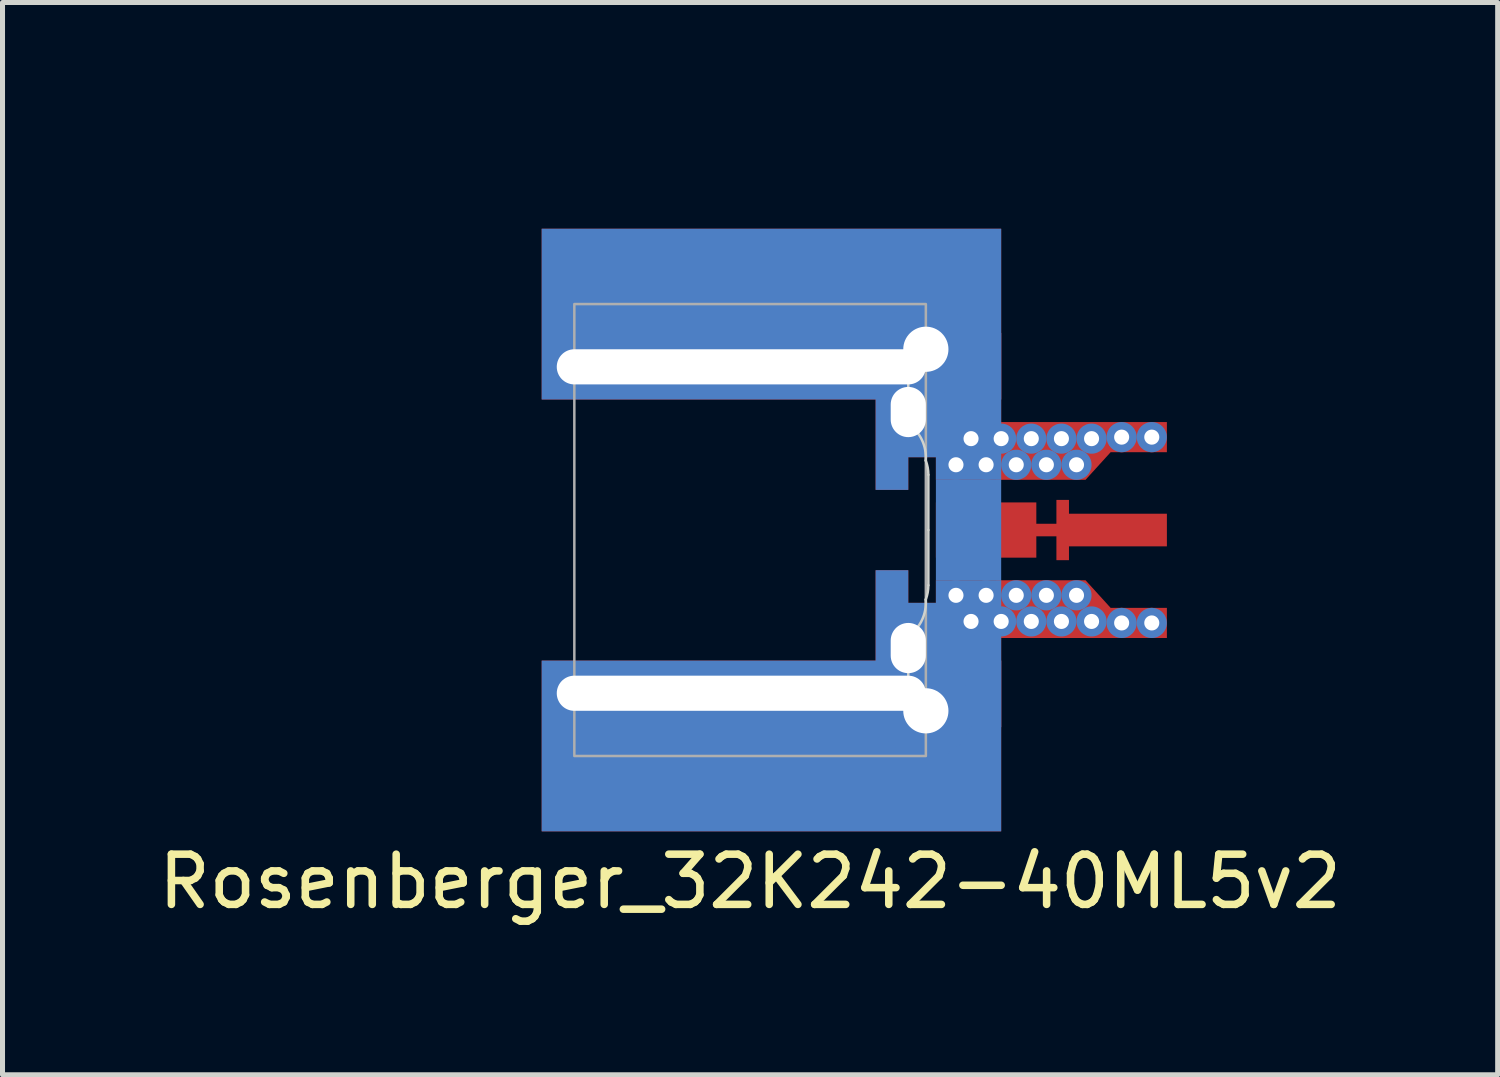
<source format=kicad_pcb>
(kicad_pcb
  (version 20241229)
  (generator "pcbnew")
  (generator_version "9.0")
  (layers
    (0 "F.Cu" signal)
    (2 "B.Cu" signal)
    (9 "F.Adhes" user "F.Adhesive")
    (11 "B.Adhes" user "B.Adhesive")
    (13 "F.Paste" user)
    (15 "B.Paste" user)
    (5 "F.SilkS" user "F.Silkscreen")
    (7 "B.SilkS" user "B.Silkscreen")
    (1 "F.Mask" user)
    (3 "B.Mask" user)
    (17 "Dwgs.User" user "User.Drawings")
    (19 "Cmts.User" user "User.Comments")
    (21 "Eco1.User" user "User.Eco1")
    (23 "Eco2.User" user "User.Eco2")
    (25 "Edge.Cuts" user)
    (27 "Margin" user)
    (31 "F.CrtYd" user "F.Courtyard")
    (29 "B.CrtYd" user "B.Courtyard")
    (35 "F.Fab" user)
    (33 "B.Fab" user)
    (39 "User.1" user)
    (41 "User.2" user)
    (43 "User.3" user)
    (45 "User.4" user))
  (footprint "Rosenberger_32K242-40ML5v2"
    (layer "F.Cu")
    (at 8.387 7.505)
    (property "Reference" "Rosenberger_32K242-40ML5v2" (at 3.5 7 0) (unlocked yes) (layer "F.SilkS") (effects (font (size 1 1) (thickness 0.15))))
    (attr through_hole allow_soldermask_bridges)
    (fp_poly (pts (xy 8.5 -1) (xy 7.3 -1) (xy 7.3 -1.65) (xy 6.1 -1.65) (xy 6.1 -2.7) (xy -0.65 -2.7) (xy -0.65 2.7) (xy 6.1 2.7) (xy 6.1 1.65) (xy 7.3 1.65) (xy 7.3 1) (xy 8.5 1) (xy 8.5 0.55) (xy 9.2 0.55) (xy 9.2 -0.55) (xy 8.5 -0.55)) (stroke (width 0) (type solid)) (fill yes) (layer "F.Mask"))
    (fp_poly (pts (xy 11.8 2.15) (xy 8.7 2.15) (xy 8.7 0.8) (xy 8.45 0.8) (xy 8.45 0.55) (xy 9.2 0.55) (xy 9.2 0.75) (xy 9.4 0.75) (xy 9.4 -0.75) (xy 9.2 -0.75) (xy 9.2 -0.55) (xy 8.45 -0.55) (xy 8.45 -0.8) (xy 8.7 -0.8) (xy 8.7 -2.15) (xy 11.8 -2.15)) (stroke (width 0) (type solid)) (fill yes) (layer "F.Mask"))
    (fp_rect (start 6 -1.55) (end 8.5 1.55) (stroke (width 0) (type solid)) (fill yes) (layer "B.Mask"))
    (fp_line (start 0 -3.25) (end 6.65 -3.25) (stroke (width 0.05) (type solid)) (layer "Edge.Cuts"))
    (fp_line (start 0 3.25) (end 6.65 3.25) (stroke (width 0.05) (type solid)) (layer "Edge.Cuts"))
    (fp_line (start 6.65 -3.25) (end 6.65 -2.111) (stroke (width 0.05) (type default)) (layer "Edge.Cuts"))
    (fp_line (start 6.65 3.25) (end 6.65 2.111) (stroke (width 0.05) (type default)) (layer "Edge.Cuts"))
    (fp_line (start 7.05 0) (end 7.05 -1.1) (stroke (width 0.05) (type solid)) (layer "Edge.Cuts"))
    (fp_line (start 7.05 0) (end 7.05 1.1) (stroke (width 0.05) (type solid)) (layer "Edge.Cuts"))
    (fp_arc (start 6.65 -2.111438) (mid 6.921662 -1.79526) (end 6.997383 -1.38534) (stroke (width 0.05) (type default)) (layer "Edge.Cuts"))
    (fp_arc (start 6.997382 1.38534) (mid 6.921661 1.79526) (end 6.649999 2.111438) (stroke (width 0.05) (type default)) (layer "Edge.Cuts"))
    (fp_arc (start 6.997383 -1.385341) (mid 7.036736 -1.245076) (end 7.05 -1.1) (stroke (width 0.05) (type solid)) (layer "Edge.Cuts"))
    (fp_arc (start 7.05 1.1) (mid 7.036736 1.245076) (end 6.997383 1.385341) (stroke (width 0.05) (type solid)) (layer "Edge.Cuts"))
    (fp_line (start 0 -3.5) (end 6.975 -3.5) (stroke (width 0.05) (type solid)) (layer "F.Fab"))
    (fp_line (start 0 3.5) (end 6.975 3.5) (stroke (width 0.05) (type solid)) (layer "F.Fab"))
    (fp_rect (start 0 4.5) (end 7 -4.5) (stroke (width 0.05) (type solid)) (fill no) (layer "F.Fab"))
    (fp_line (start 0 -6) (end 11.8 -6) (stroke (width 0.01) (type solid)) (layer "User.1"))
    (fp_line (start 0 -3.6) (end 0 -7.5) (stroke (width 0.01) (type solid)) (layer "User.1"))
    (fp_line (start 0 -3.6) (end 0 -3.58) (stroke (width 0.01) (type solid)) (layer "User.1"))
    (fp_line (start 0 -3.6) (end 6.55 -3.6) (stroke (width 0.01) (type solid)) (layer "User.1"))
    (fp_line (start 0 -3.58) (end 6.57 -3.58) (stroke (width 0.01) (type solid)) (layer "User.1"))
    (fp_line (start 0 3.58) (end 6.57 3.58) (stroke (width 0.01) (type solid)) (layer "User.1"))
    (fp_line (start 0 3.6) (end 0 3.58) (stroke (width 0.01) (type solid)) (layer "User.1"))
    (fp_line (start 0 3.6) (end 0 7.5) (stroke (width 0.01) (type solid)) (layer "User.1"))
    (fp_line (start 0 3.6) (end 6.55 3.6) (stroke (width 0.01) (type solid)) (layer "User.1"))
    (fp_line (start 0 6) (end 11.8 6) (stroke (width 0.01) (type solid)) (layer "User.1"))
    (fp_line (start 6.55 -3.6) (end 0 -3.6) (stroke (width 0.01) (type solid)) (layer "User.1"))
    (fp_line (start 6.55 3.6) (end 0 3.6) (stroke (width 0.01) (type solid)) (layer "User.1"))
    (fp_line (start 6.98 -3.17) (end 6.98 -1.628) (stroke (width 0.01) (type solid)) (layer "User.1"))
    (fp_line (start 6.98 3.17) (end 6.98 1.628) (stroke (width 0.01) (type solid)) (layer "User.1"))
    (fp_line (start 7 -3.15) (end 7 -1.45) (stroke (width 0.01) (type solid)) (layer "User.1"))
    (fp_line (start 7 -1.45) (end 7 -3.15) (stroke (width 0.01) (type solid)) (layer "User.1"))
    (fp_line (start 7 -1.45) (end 7.2 -1.45) (stroke (width 0.01) (type solid)) (layer "User.1"))
    (fp_line (start 7 1.45) (end 7 3.15) (stroke (width 0.01) (type solid)) (layer "User.1"))
    (fp_line (start 7 1.45) (end 7.2 1.45) (stroke (width 0.01) (type solid)) (layer "User.1"))
    (fp_line (start 7 3.15) (end 7 1.45) (stroke (width 0.01) (type solid)) (layer "User.1"))
    (fp_line (start 7.2 -1.45) (end 7.2 -1) (stroke (width 0.01) (type solid)) (layer "User.1"))
    (fp_line (start 7.2 -1) (end 10.18 -1) (stroke (width 0.01) (type solid)) (layer "User.1"))
    (fp_line (start 7.2 -0.55) (end 9.2 -0.55) (stroke (width 0.01) (type solid)) (layer "User.1"))
    (fp_line (start 7.2 0.55) (end 7.2 -0.55) (stroke (width 0.01) (type solid)) (layer "User.1"))
    (fp_line (start 7.2 1) (end 10.18 1) (stroke (width 0.01) (type solid)) (layer "User.1"))
    (fp_line (start 7.2 1.45) (end 7.2 1) (stroke (width 0.01) (type solid)) (layer "User.1"))
    (fp_line (start 9.2 -0.55) (end 9.2 -0.125) (stroke (width 0.01) (type solid)) (layer "User.1"))
    (fp_line (start 9.2 -0.125) (end 9.6 -0.125) (stroke (width 0.01) (type solid)) (layer "User.1"))
    (fp_line (start 9.2 0.125) (end 9.2 0.55) (stroke (width 0.01) (type solid)) (layer "User.1"))
    (fp_line (start 9.2 0.55) (end 7.2 0.55) (stroke (width 0.01) (type solid)) (layer "User.1"))
    (fp_line (start 9.6 -0.6) (end 9.85 -0.6) (stroke (width 0.01) (type solid)) (layer "User.1"))
    (fp_line (start 9.6 -0.125) (end 9.6 -0.6) (stroke (width 0.01) (type solid)) (layer "User.1"))
    (fp_line (start 9.6 0.125) (end 9.2 0.125) (stroke (width 0.01) (type solid)) (layer "User.1"))
    (fp_line (start 9.6 0.6) (end 9.6 0.125) (stroke (width 0.01) (type solid)) (layer "User.1"))
    (fp_line (start 9.6 0.6) (end 9.85 0.6) (stroke (width 0.01) (type solid)) (layer "User.1"))
    (fp_line (start 9.85 -0.6) (end 9.85 -0.325) (stroke (width 0.01) (type solid)) (layer "User.1"))
    (fp_line (start 9.85 -0.325) (end 11.8 -0.325) (stroke (width 0.01) (type solid)) (layer "User.1"))
    (fp_line (start 9.85 0.325) (end 11.8 0.325) (stroke (width 0.01) (type solid)) (layer "User.1"))
    (fp_line (start 9.85 0.6) (end 9.85 0.325) (stroke (width 0.01) (type solid)) (layer "User.1"))
    (fp_line (start 10.18 -1) (end 10.68 -1.55) (stroke (width 0.01) (type solid)) (layer "User.1"))
    (fp_line (start 10.18 1) (end 10.68 1.55) (stroke (width 0.01) (type solid)) (layer "User.1"))
    (fp_line (start 10.68 -1.55) (end 11.8 -1.55) (stroke (width 0.01) (type solid)) (layer "User.1"))
    (fp_line (start 10.68 1.55) (end 11.8 1.55) (stroke (width 0.01) (type solid)) (layer "User.1"))
    (fp_line (start 11.8 -1.55) (end 11.8 -6) (stroke (width 0.01) (type solid)) (layer "User.1"))
    (fp_line (start 11.8 -0.325) (end 11.8 0.325) (stroke (width 0.01) (type solid)) (layer "User.1"))
    (fp_line (start 11.8 1.55) (end 11.8 6) (stroke (width 0.01) (type solid)) (layer "User.1"))
    (fp_arc (start 6.55 -3.6) (mid 7.318198 -3.918198) (end 7 -3.15) (stroke (width 0.01) (type solid)) (layer "User.1"))
    (fp_arc (start 6.55 -3.6) (mid 7.318198 -3.918198) (end 7 -3.15) (stroke (width 0.01) (type solid)) (layer "User.1"))
    (fp_arc (start 6.570465 -3.579999) (mid 7.304056 -3.904057) (end 6.98 -3.170465) (stroke (width 0.01) (type solid)) (layer "User.1"))
    (fp_arc (start 6.98 -1.627764) (mid 6.994984 -1.539443) (end 7 -1.45) (stroke (width 0.01) (type solid)) (layer "User.1"))
    (fp_arc (start 6.98 3.170465) (mid 7.304056 3.904057) (end 6.570465 3.579999) (stroke (width 0.01) (type solid)) (layer "User.1"))
    (fp_arc (start 7 1.45) (mid 6.994984 1.539443) (end 6.98 1.627764) (stroke (width 0.01) (type solid)) (layer "User.1"))
    (fp_arc (start 7 3.15) (mid 7.318198 3.918198) (end 6.55 3.6) (stroke (width 0.01) (type solid)) (layer "User.1"))
    (fp_arc (start 7 3.15) (mid 7.318198 3.918198) (end 6.55 3.6) (stroke (width 0.01) (type solid)) (layer "User.1"))
    (fp_circle (center 7.6 -1.3) (end 7.75 -1.3) (stroke (width 0.01) (type solid)) (fill no) (layer "User.1"))
    (fp_circle (center 7.6 -1.3) (end 7.9 -1.3) (stroke (width 0.01) (type solid)) (fill no) (layer "User.1"))
    (fp_circle (center 7.6 1.3) (end 7.75 1.3) (stroke (width 0.01) (type solid)) (fill no) (layer "User.1"))
    (fp_circle (center 7.6 1.3) (end 7.9 1.3) (stroke (width 0.01) (type solid)) (fill no) (layer "User.1"))
    (fp_circle (center 7.9 -1.82) (end 8.05 -1.82) (stroke (width 0.01) (type solid)) (fill no) (layer "User.1"))
    (fp_circle (center 7.9 -1.82) (end 8.2 -1.82) (stroke (width 0.01) (type solid)) (fill no) (layer "User.1"))
    (fp_circle (center 7.9 1.82) (end 8.05 1.82) (stroke (width 0.01) (type solid)) (fill no) (layer "User.1"))
    (fp_circle (center 7.9 1.82) (end 8.2 1.82) (stroke (width 0.01) (type solid)) (fill no) (layer "User.1"))
    (fp_circle (center 8.2 -1.3) (end 8.35 -1.3) (stroke (width 0.01) (type solid)) (fill no) (layer "User.1"))
    (fp_circle (center 8.2 -1.3) (end 8.5 -1.3) (stroke (width 0.01) (type solid)) (fill no) (layer "User.1"))
    (fp_circle (center 8.2 1.3) (end 8.35 1.3) (stroke (width 0.01) (type solid)) (fill no) (layer "User.1"))
    (fp_circle (center 8.2 1.3) (end 8.5 1.3) (stroke (width 0.01) (type solid)) (fill no) (layer "User.1"))
    (fp_circle (center 8.5 -1.82) (end 8.65 -1.82) (stroke (width 0.01) (type solid)) (fill no) (layer "User.1"))
    (fp_circle (center 8.5 -1.82) (end 8.8 -1.82) (stroke (width 0.01) (type solid)) (fill no) (layer "User.1"))
    (fp_circle (center 8.5 1.82) (end 8.65 1.82) (stroke (width 0.01) (type solid)) (fill no) (layer "User.1"))
    (fp_circle (center 8.5 1.82) (end 8.8 1.82) (stroke (width 0.01) (type solid)) (fill no) (layer "User.1"))
    (fp_circle (center 8.8 -1.3) (end 8.95 -1.3) (stroke (width 0.01) (type solid)) (fill no) (layer "User.1"))
    (fp_circle (center 8.8 -1.3) (end 9.1 -1.3) (stroke (width 0.01) (type solid)) (fill no) (layer "User.1"))
    (fp_circle (center 8.8 1.3) (end 8.95 1.3) (stroke (width 0.01) (type solid)) (fill no) (layer "User.1"))
    (fp_circle (center 8.8 1.3) (end 9.1 1.3) (stroke (width 0.01) (type solid)) (fill no) (layer "User.1"))
    (fp_circle (center 9.1 -1.82) (end 9.25 -1.82) (stroke (width 0.01) (type solid)) (fill no) (layer "User.1"))
    (fp_circle (center 9.1 -1.82) (end 9.4 -1.82) (stroke (width 0.01) (type solid)) (fill no) (layer "User.1"))
    (fp_circle (center 9.1 1.82) (end 9.25 1.82) (stroke (width 0.01) (type solid)) (fill no) (layer "User.1"))
    (fp_circle (center 9.1 1.82) (end 9.4 1.82) (stroke (width 0.01) (type solid)) (fill no) (layer "User.1"))
    (fp_circle (center 9.4 -1.3) (end 9.55 -1.3) (stroke (width 0.01) (type solid)) (fill no) (layer "User.1"))
    (fp_circle (center 9.4 -1.3) (end 9.7 -1.3) (stroke (width 0.01) (type solid)) (fill no) (layer "User.1"))
    (fp_circle (center 9.4 1.3) (end 9.55 1.3) (stroke (width 0.01) (type solid)) (fill no) (layer "User.1"))
    (fp_circle (center 9.4 1.3) (end 9.7 1.3) (stroke (width 0.01) (type solid)) (fill no) (layer "User.1"))
    (fp_circle (center 9.7 -1.82) (end 9.85 -1.82) (stroke (width 0.01) (type solid)) (fill no) (layer "User.1"))
    (fp_circle (center 9.7 -1.82) (end 10 -1.82) (stroke (width 0.01) (type solid)) (fill no) (layer "User.1"))
    (fp_circle (center 9.7 1.82) (end 9.85 1.82) (stroke (width 0.01) (type solid)) (fill no) (layer "User.1"))
    (fp_circle (center 9.7 1.82) (end 10 1.82) (stroke (width 0.01) (type solid)) (fill no) (layer "User.1"))
    (fp_circle (center 10 -1.3) (end 10.15 -1.3) (stroke (width 0.01) (type solid)) (fill no) (layer "User.1"))
    (fp_circle (center 10 -1.3) (end 10.3 -1.3) (stroke (width 0.01) (type solid)) (fill no) (layer "User.1"))
    (fp_circle (center 10 1.3) (end 10.15 1.3) (stroke (width 0.01) (type solid)) (fill no) (layer "User.1"))
    (fp_circle (center 10 1.3) (end 10.3 1.3) (stroke (width 0.01) (type solid)) (fill no) (layer "User.1"))
    (fp_circle (center 10.3 -1.82) (end 10.45 -1.82) (stroke (width 0.01) (type solid)) (fill no) (layer "User.1"))
    (fp_circle (center 10.3 -1.82) (end 10.6 -1.82) (stroke (width 0.01) (type solid)) (fill no) (layer "User.1"))
    (fp_circle (center 10.3 1.82) (end 10.45 1.82) (stroke (width 0.01) (type solid)) (fill no) (layer "User.1"))
    (fp_circle (center 10.3 1.82) (end 10.6 1.82) (stroke (width 0.01) (type solid)) (fill no) (layer "User.1"))
    (fp_circle (center 10.899 -1.85) (end 11.049 -1.85) (stroke (width 0.01) (type solid)) (fill no) (layer "User.1"))
    (fp_circle (center 10.899 -1.85) (end 11.199 -1.85) (stroke (width 0.01) (type solid)) (fill no) (layer "User.1"))
    (fp_circle (center 10.899 1.85) (end 11.049 1.85) (stroke (width 0.01) (type solid)) (fill no) (layer "User.1"))
    (fp_circle (center 10.899 1.85) (end 11.199 1.85) (stroke (width 0.01) (type solid)) (fill no) (layer "User.1"))
    (fp_circle (center 11.499 -1.85) (end 11.649 -1.85) (stroke (width 0.01) (type solid)) (fill no) (layer "User.1"))
    (fp_circle (center 11.499 -1.85) (end 11.799 -1.85) (stroke (width 0.01) (type solid)) (fill no) (layer "User.1"))
    (fp_circle (center 11.499 1.85) (end 11.649 1.85) (stroke (width 0.01) (type solid)) (fill no) (layer "User.1"))
    (fp_circle (center 11.499 1.85) (end 11.799 1.85) (stroke (width 0.01) (type solid)) (fill no) (layer "User.1"))
    (fp_line (start 0 -3.6) (end 0 -6) (stroke (width 0.01) (type solid)) (layer "User.2"))
    (fp_line (start 0 3.6) (end 0 6) (stroke (width 0.01) (type solid)) (layer "User.2"))
    (fp_line (start 6.55 -3.6) (end 0 -3.6) (stroke (width 0.01) (type solid)) (layer "User.2"))
    (fp_line (start 6.55 3.6) (end 0 3.6) (stroke (width 0.01) (type solid)) (layer "User.2"))
    (fp_line (start 7 -1) (end 7 -3.15) (stroke (width 0.01) (type solid)) (layer "User.2"))
    (fp_line (start 7 -1) (end 10.18 -1) (stroke (width 0.01) (type solid)) (layer "User.2"))
    (fp_line (start 7 1) (end 7 3.15) (stroke (width 0.01) (type solid)) (layer "User.2"))
    (fp_line (start 7 1) (end 10.18 1) (stroke (width 0.01) (type solid)) (layer "User.2"))
    (fp_line (start 10.18 -1) (end 10.68 -1.55) (stroke (width 0.01) (type solid)) (layer "User.2"))
    (fp_line (start 10.18 1) (end 10.68 1.55) (stroke (width 0.01) (type solid)) (layer "User.2"))
    (fp_line (start 10.68 -1.55) (end 11.8 -1.55) (stroke (width 0.01) (type solid)) (layer "User.2"))
    (fp_line (start 10.68 1.55) (end 11.8 1.55) (stroke (width 0.01) (type solid)) (layer "User.2"))
    (fp_line (start 11.8 -6) (end 0 -6) (stroke (width 0.01) (type solid)) (layer "User.2"))
    (fp_line (start 11.8 -1.55) (end 11.8 -6) (stroke (width 0.01) (type solid)) (layer "User.2"))
    (fp_line (start 11.8 1.55) (end 11.8 6) (stroke (width 0.01) (type solid)) (layer "User.2"))
    (fp_line (start 11.8 6) (end 0 6) (stroke (width 0.01) (type solid)) (layer "User.2"))
    (fp_arc (start 6.55 -3.6) (mid 7.318198 -3.918198) (end 7 -3.15) (stroke (width 0.01) (type solid)) (layer "User.2"))
    (fp_arc (start 7 3.15) (mid 7.318198 3.918198) (end 6.55 3.6) (stroke (width 0.01) (type solid)) (layer "User.2"))
    (fp_line (start 0 -6) (end 11.8 -6) (stroke (width 0.01) (type solid)) (layer "User.3"))
    (fp_line (start 0 -3.6) (end 0 -6) (stroke (width 0.01) (type solid)) (layer "User.3"))
    (fp_line (start 0 3.6) (end 6.55 3.6) (stroke (width 0.01) (type solid)) (layer "User.3"))
    (fp_line (start 0 6) (end 0 3.6) (stroke (width 0.01) (type solid)) (layer "User.3"))
    (fp_line (start 6.55 -3.6) (end 0 -3.6) (stroke (width 0.01) (type solid)) (layer "User.3"))
    (fp_line (start 7 -1) (end 7 -3.15) (stroke (width 0.01) (type solid)) (layer "User.3"))
    (fp_line (start 7 1) (end 9.2 1) (stroke (width 0.01) (type solid)) (layer "User.3"))
    (fp_line (start 7 3.15) (end 7 1) (stroke (width 0.01) (type solid)) (layer "User.3"))
    (fp_line (start 9.2 -1) (end 7 -1) (stroke (width 0.01) (type solid)) (layer "User.3"))
    (fp_line (start 9.2 1) (end 9.2 -1) (stroke (width 0.01) (type solid)) (layer "User.3"))
    (fp_line (start 11.8 -6) (end 11.8 6) (stroke (width 0.01) (type solid)) (layer "User.3"))
    (fp_line (start 11.8 6) (end 0 6) (stroke (width 0.01) (type solid)) (layer "User.3"))
    (fp_arc (start 6.55 -3.6) (mid 7.318198 -3.918198) (end 7 -3.15) (stroke (width 0.01) (type solid)) (layer "User.3"))
    (fp_arc (start 7 3.15) (mid 7.318198 3.918198) (end 6.55 3.6) (stroke (width 0.01) (type solid)) (layer "User.3"))
    (fp_line (start 0 -6) (end 0 -3.6) (stroke (width 0.01) (type solid)) (layer "User.4"))
    (fp_line (start 0 -6) (end 11.8 -6) (stroke (width 0.01) (type solid)) (layer "User.4"))
    (fp_line (start 0 -3.6) (end 6.55 -3.6) (stroke (width 0.01) (type solid)) (layer "User.4"))
    (fp_line (start 0 3.6) (end 0 6) (stroke (width 0.01) (type solid)) (layer "User.4"))
    (fp_line (start 6.55 3.6) (end 0 3.6) (stroke (width 0.01) (type solid)) (layer "User.4"))
    (fp_line (start 7 -3.15) (end 7 3.15) (stroke (width 0.01) (type solid)) (layer "User.4"))
    (fp_line (start 11.8 -6) (end 11.8 6) (stroke (width 0.01) (type solid)) (layer "User.4"))
    (fp_line (start 11.8 6) (end 0 6) (stroke (width 0.01) (type solid)) (layer "User.4"))
    (fp_arc (start 6.55 -3.6) (mid 7.318198 -3.918198) (end 7 -3.15) (stroke (width 0.01) (type solid)) (layer "User.4"))
    (fp_arc (start 7 3.15) (mid 7.318198 3.918198) (end 6.55 3.6) (stroke (width 0.01) (type solid)) (layer "User.4"))
    (fp_line (start 0 -6) (end 0 -3.6) (stroke (width 0.01) (type solid)) (layer "User.5"))
    (fp_line (start 0 -6) (end 11.8 -6) (stroke (width 0.01) (type solid)) (layer "User.5"))
    (fp_line (start 0 -3.6) (end 6.55 -3.6) (stroke (width 0.01) (type solid)) (layer "User.5"))
    (fp_line (start 0 3.6) (end 0 6) (stroke (width 0.01) (type solid)) (layer "User.5"))
    (fp_line (start 6.55 3.6) (end 0 3.6) (stroke (width 0.01) (type solid)) (layer "User.5"))
    (fp_line (start 7 -3.15) (end 7 -1.45) (stroke (width 0.01) (type solid)) (layer "User.5"))
    (fp_line (start 7 -1.45) (end 7.2 -1.45) (stroke (width 0.01) (type solid)) (layer "User.5"))
    (fp_line (start 7 1.45) (end 7 3.15) (stroke (width 0.01) (type solid)) (layer "User.5"))
    (fp_line (start 7.2 -1.45) (end 7.2 1.45) (stroke (width 0.01) (type solid)) (layer "User.5"))
    (fp_line (start 7.2 1.45) (end 7 1.45) (stroke (width 0.01) (type solid)) (layer "User.5"))
    (fp_line (start 11.8 -6) (end 11.8 6) (stroke (width 0.01) (type solid)) (layer "User.5"))
    (fp_line (start 11.8 6) (end 0 6) (stroke (width 0.01) (type solid)) (layer "User.5"))
    (fp_arc (start 6.55 -3.6) (mid 7.318198 -3.918198) (end 7 -3.15) (stroke (width 0.01) (type solid)) (layer "User.5"))
    (fp_arc (start 7 3.15) (mid 7.318198 3.918198) (end 6.55 3.6) (stroke (width 0.01) (type solid)) (layer "User.5"))
    (fp_line (start 0 -3.6) (end 7 -3.6) (stroke (width 0.01) (type solid)) (layer "User.7"))
    (fp_line (start 0 3.6) (end 7 3.6) (stroke (width 0.01) (type solid)) (layer "User.7"))
    (fp_line (start 7 3.6) (end 7 -3.6) (stroke (width 0.01) (type solid)) (layer "User.7"))
    (fp_poly (pts (xy 7 1.25) (xy 6.85 1.25) (xy 6.85 -1.25) (xy 7 -1.25)) (stroke (width 0.01) (type solid)) (fill no) (layer "User.7"))
    (fp_line (start 0 -3.6) (end 6.65 -3.6) (stroke (width 0.01) (type solid)) (layer "User.8"))
    (fp_line (start 0 -2.9) (end 6.65 -2.9) (stroke (width 0.01) (type solid)) (layer "User.8"))
    (fp_line (start 0 2.9) (end 6.65 2.9) (stroke (width 0.01) (type solid)) (layer "User.8"))
    (fp_line (start 0 3.6) (end 6.65 3.6) (stroke (width 0.01) (type solid)) (layer "User.8"))
    (fp_line (start 6.3 -1.45) (end 6.3 -3.25) (stroke (width 0.01) (type solid)) (layer "User.8"))
    (fp_line (start 6.3 1.45) (end 6.3 3.25) (stroke (width 0.01) (type solid)) (layer "User.8"))
    (fp_line (start 7 -3.25) (end 7 -1.45) (stroke (width 0.01) (type solid)) (layer "User.8"))
    (fp_line (start 7 3.25) (end 7 1.45) (stroke (width 0.01) (type solid)) (layer "User.8"))
    (fp_circle (center 0 -3.25) (end 0.35 -3.25) (stroke (width 0.01) (type solid)) (fill no) (layer "User.8"))
    (fp_circle (center 0 3.25) (end 0.35 3.25) (stroke (width 0.01) (type solid)) (fill no) (layer "User.8"))
    (fp_circle (center 6.65 -3.25) (end 7 -3.25) (stroke (width 0.01) (type solid)) (fill no) (layer "User.8"))
    (fp_circle (center 6.65 -1.45) (end 7 -1.45) (stroke (width 0.01) (type solid)) (fill no) (layer "User.8"))
    (fp_circle (center 6.65 1.45) (end 7 1.45) (stroke (width 0.01) (type solid)) (fill no) (layer "User.8"))
    (fp_circle (center 6.65 3.25) (end 7 3.25) (stroke (width 0.01) (type solid)) (fill no) (layer "User.8"))
    (fp_circle (center 7 -3.6) (end 7.45 -3.6) (stroke (width 0.01) (type solid)) (fill no) (layer "User.8"))
    (fp_circle (center 7 3.6) (end 7.45 3.6) (stroke (width 0.01) (type solid)) (fill no) (layer "User.8"))
    (fp_line (start 0 -2.45) (end 5.85 -2.45) (stroke (width 0.01) (type solid)) (layer "User.9"))
    (fp_line (start 0 2.45) (end 5.85 2.45) (stroke (width 0.01) (type solid)) (layer "User.9"))
    (fp_line (start 5.45 0) (end 5.45 -1.1) (stroke (width 0.01) (type solid)) (layer "User.9"))
    (fp_line (start 5.45 0) (end 5.45 1.1) (stroke (width 0.01) (type solid)) (layer "User.9"))
    (fp_line (start 5.85 -2.45) (end 6.2 -1.45) (stroke (width 0.01) (type default)) (layer "User.9"))
    (fp_line (start 5.85 2.45) (end 6.2 1.45) (stroke (width 0.01) (type default)) (layer "User.9"))
    (fp_line (start 5.9 -3.25) (end 0 -3.25) (stroke (width 0.01) (type solid)) (layer "User.9"))
    (fp_line (start 5.9 -1.65) (end 0 -1.65) (stroke (width 0.01) (type solid)) (layer "User.9"))
    (fp_line (start 5.9 1.65) (end 0 1.65) (stroke (width 0.01) (type solid)) (layer "User.9"))
    (fp_line (start 5.9 3.25) (end 0 3.25) (stroke (width 0.01) (type solid)) (layer "User.9"))
    (fp_line (start 6.2 -1.45) (end 6.25 -1.1) (stroke (width 0.01) (type default)) (layer "User.9"))
    (fp_line (start 6.2 1.45) (end 6.25 1.1) (stroke (width 0.01) (type default)) (layer "User.9"))
    (fp_line (start 6.25 0) (end 6.25 -1.1) (stroke (width 0.01) (type solid)) (layer "User.9"))
    (fp_line (start 6.25 0) (end 6.25 1.1) (stroke (width 0.01) (type solid)) (layer "User.9"))
    (fp_line (start 7 -1.45) (end 5.4 -1.45) (stroke (width 0.01) (type solid)) (layer "User.9"))
    (fp_line (start 7 1.45) (end 5.4 1.45) (stroke (width 0.01) (type solid)) (layer "User.9"))
    (fp_line (start 7.05 -1.1) (end 5.45 -1.1) (stroke (width 0.01) (type solid)) (layer "User.9"))
    (fp_line (start 7.05 -1.1) (end 7.05 0) (stroke (width 0.01) (type solid)) (layer "User.9"))
    (fp_line (start 7.05 0) (end 7.05 1.1) (stroke (width 0.01) (type solid)) (layer "User.9"))
    (fp_line (start 7.05 1.1) (end 5.45 1.1) (stroke (width 0.01) (type solid)) (layer "User.9"))
    (fp_circle (center 0 -2.45) (end 0.8 -2.45) (stroke (width 0.01) (type solid)) (fill no) (layer "User.9"))
    (fp_circle (center 0 2.45) (end 0.8 2.45) (stroke (width 0.01) (type solid)) (fill no) (layer "User.9"))
    (fp_circle (center 5.85 -2.45) (end 6.65 -2.45) (stroke (width 0.01) (type solid)) (fill no) (layer "User.9"))
    (fp_circle (center 5.85 2.45) (end 6.65 2.45) (stroke (width 0.01) (type solid)) (fill no) (layer "User.9"))
    (fp_circle (center 6.2 -1.45) (end 7 -1.45) (stroke (width 0.01) (type solid)) (fill no) (layer "User.9"))
    (fp_circle (center 6.2 1.45) (end 7 1.45) (stroke (width 0.01) (type solid)) (fill no) (layer "User.9"))
    (fp_circle (center 6.25 -1.1) (end 7.05 -1.1) (stroke (width 0.01) (type solid)) (fill no) (layer "User.9"))
    (fp_circle (center 6.25 1.1) (end 7.05 1.1) (stroke (width 0.01) (type solid)) (fill no) (layer "User.9"))
    (pad "1" connect custom (at 11.55 0) (size 0.5 0.65) (layers "F.Cu") (options (anchor rect)) (primitives (gr_poly (pts (xy -1.7 0.6) (xy -1.95 0.6) (xy -1.95 0.125) (xy -2.35 0.125) (xy -2.35 0.55) (xy -4.35 0.55) (xy -4.35 -0.55) (xy -2.35 -0.55) (xy -2.35 -0.125) (xy -1.95 -0.125) (xy -1.95 -0.6) (xy -1.7 -0.6) (xy -1.7 -0.325) (xy 0.25 -0.325) (xy 0.25 0.325) (xy -1.7 0.325)) (width 0) (fill yes))))
    (pad "2" thru_hole rect (at 3.325 -3.25) (size 9.15 3.4) (drill oval 7.35 0.7 (offset 0.6 -1.05)) (property pad_prop_castellated) (layers "*.Cu" "*.Mask"))
    (pad "2" thru_hole rect (at 3.325 3.25) (size 9.15 3.4) (drill oval 7.35 0.7 (offset 0.6 1.05)) (property pad_prop_castellated) (layers "*.Cu" "*.Mask"))
    (pad "2" thru_hole custom (at 6.65 -2.35) (size 1 1) (drill oval 0.7 2.5) (property pad_prop_castellated) (layers "*.Cu" "*.Mask") (options (anchor rect)) (primitives (gr_poly (pts (xy 0 0.9) (xy 0 1.55) (xy -0.65 1.55) (xy -0.65 0.8) (xy -0.65 -1.575) (xy 1.85 -1.575) (xy 1.85 1.35) (xy 0.55 1.35) (xy 0.55 0.9)) (width 0) (fill yes))))
    (pad "2" smd custom (at 6.65 0) (size 0.5 0.5) (layers "In3.Cu" "In4.Cu") (options (anchor circle)) (primitives (gr_rect (start -0.65 -1.45) (end 1.5 1.45) (width 0) (fill yes))))
    (pad "2" thru_hole custom (at 6.65 2.35 180) (size 1 1) (drill oval 0.7 2.5) (property pad_prop_castellated) (layers "*.Cu" "*.Mask") (options (anchor rect)) (primitives (gr_poly (pts (xy 0 0.9) (xy 0 1.55) (xy 0.65 1.55) (xy 0.65 0.8) (xy 0.65 -1.575) (xy -1.85 -1.575) (xy -1.85 1.35) (xy -0.55 1.35) (xy -0.55 0.9)) (width 0) (fill yes))))
    (pad "2" smd rect (at 6.92 -1.25) (size 0.6 0.5) (layers "In1.Cu" "In2.Cu"))
    (pad "2" smd rect (at 6.925 1.25) (size 0.6 0.5) (layers "In1.Cu" "In2.Cu"))
    (pad "2" thru_hole circle (at 7 -3.6) (size 1.9 1.9) (drill 0.9) (property pad_prop_castellated) (layers "*.Cu" "*.Mask"))
    (pad "2" thru_hole circle (at 7 3.6) (size 1.9 1.9) (drill 0.9) (property pad_prop_castellated) (layers "*.Cu" "*.Mask"))
    (pad "2" thru_hole circle (at 7.6 -1.3) (size 0.6 0.6) (drill 0.3) (layers "*.Cu" "*.Mask"))
    (pad "2" thru_hole circle (at 7.6 1.3) (size 0.6 0.6) (drill 0.3) (layers "*.Cu" "*.Mask"))
    (pad "2" smd rect (at 7.85 0) (size 1.3 2) (layers "B.Cu"))
    (pad "2" thru_hole circle (at 7.9 -1.82) (size 0.6 0.6) (drill 0.3) (layers "*.Cu" "*.Mask"))
    (pad "2" thru_hole circle (at 7.9 1.82) (size 0.6 0.6) (drill 0.3) (layers "*.Cu" "*.Mask"))
    (pad "2" thru_hole circle (at 8.2 -1.3) (size 0.6 0.6) (drill 0.3) (layers "*.Cu" "*.Mask"))
    (pad "2" thru_hole circle (at 8.2 1.3) (size 0.6 0.6) (drill 0.3) (layers "*.Cu" "*.Mask"))
    (pad "2" thru_hole circle (at 8.5 -1.82) (size 0.6 0.6) (drill 0.3) (layers "*.Cu"))
    (pad "2" thru_hole circle (at 8.5 1.82) (size 0.6 0.6) (drill 0.3) (layers "*.Cu"))
    (pad "2" thru_hole circle (at 8.8 -1.3) (size 0.6 0.6) (drill 0.3) (layers "*.Cu"))
    (pad "2" thru_hole circle (at 8.8 1.3) (size 0.6 0.6) (drill 0.3) (layers "*.Cu"))
    (pad "2" thru_hole circle (at 9.1 -1.82) (size 0.6 0.6) (drill 0.3) (layers "*.Cu" "F.Mask"))
    (pad "2" thru_hole circle (at 9.1 1.82) (size 0.6 0.6) (drill 0.3) (layers "*.Cu" "F.Mask"))
    (pad "2" thru_hole circle (at 9.4 -1.3) (size 0.6 0.6) (drill 0.3) (layers "*.Cu" "F.Mask"))
    (pad "2" thru_hole circle (at 9.4 1.3) (size 0.6 0.6) (drill 0.3) (layers "*.Cu" "F.Mask"))
    (pad "2" thru_hole circle (at 9.7 -1.82) (size 0.6 0.6) (drill 0.3) (layers "*.Cu" "F.Mask"))
    (pad "2" thru_hole circle (at 9.7 1.82) (size 0.6 0.6) (drill 0.3) (layers "*.Cu" "F.Mask"))
    (pad "2" connect custom (at 10 -2.025) (size 0.25 0.25) (layers "F.Cu") (options (anchor rect)) (primitives (gr_poly (pts (xy 1.8 0.475) (xy 1.8 -0.125) (xy -1.6 -0.125) (xy -1.6 1.025) (xy 0.18 1.025) (xy 0.68 0.475)) (width 0) (fill yes))))
    (pad "2" thru_hole circle (at 10 -1.3) (size 0.6 0.6) (drill 0.3) (layers "*.Cu" "F.Mask"))
    (pad "2" thru_hole circle (at 10 1.3) (size 0.6 0.6) (drill 0.3) (layers "*.Cu" "F.Mask"))
    (pad "2" connect custom (at 10 2.025) (size 0.25 0.25) (layers "F.Cu") (options (anchor rect)) (primitives (gr_poly (pts (xy 1.8 -0.475) (xy 1.8 0.125) (xy -1.6 0.125) (xy -1.6 -1.025) (xy 0.18 -1.025) (xy 0.68 -0.475)) (width 0) (fill yes))))
    (pad "2" thru_hole circle (at 10.3 -1.82) (size 0.6 0.6) (drill 0.3) (layers "*.Cu" "F.Mask"))
    (pad "2" thru_hole circle (at 10.3 1.82) (size 0.6 0.6) (drill 0.3) (layers "*.Cu" "F.Mask"))
    (pad "2" thru_hole circle (at 10.899 -1.85) (size 0.6 0.6) (drill 0.3) (layers "*.Cu" "F.Mask"))
    (pad "2" thru_hole circle (at 10.899 1.85) (size 0.6 0.6) (drill 0.3) (layers "*.Cu" "F.Mask"))
    (pad "2" thru_hole circle (at 11.499 -1.85) (size 0.6 0.6) (drill 0.3) (layers "*.Cu" "F.Mask"))
    (pad "2" thru_hole circle (at 11.499 1.85) (size 0.6 0.6) (drill 0.3) (layers "*.Cu" "F.Mask"))
    (zone (net_name "") (layer "F.Cu") (name "Keepout_F.Cu") (hatch full 0.508) (connect_pads) (min_thickness 0.254) (filled_areas_thickness no) (keepout (tracks allowed) (vias not_allowed) (pads allowed) (copperpour not_allowed) (footprints not_allowed)) (placement (enabled no)) (fill) (polygon (pts (xy 14.387 6.055) (xy 15.587 6.055) (xy 15.587 6.505) (xy 18.567 6.505) (xy 19.067 5.955) (xy 20.187 5.955) (xy 20.187 9.055) (xy 19.067 9.055) (xy 18.567 8.505) (xy 15.587 8.505) (xy 15.587 8.955) (xy 14.387 8.955) (xy 14.387 10.105) (xy 8.387 10.105) (xy 8.387 4.905) (xy 14.387 4.905))))
    (zone (net_name "") (layer "B.Cu") (hatch full 0.508) (connect_pads) (min_thickness 0.254) (filled_areas_thickness no) (keepout (tracks not_allowed) (vias not_allowed) (pads allowed) (copperpour not_allowed) (footprints not_allowed)) (placement (enabled no)) (fill) (polygon (pts (xy 15.637 8.955) (xy 14.387 8.955) (xy 14.387 6.055) (xy 15.637 6.055))))
    (zone (net_name "") (layer "In1.Cu") (name "Keepout_In1.Cu") (hatch full 0.508) (connect_pads) (min_thickness 0.254) (filled_areas_thickness no) (keepout (tracks not_allowed) (vias not_allowed) (pads allowed) (copperpour not_allowed) (footprints allowed)) (placement (enabled no)) (fill) (polygon (pts (xy 18.567 6.505) (xy 19.067 5.955) (xy 20.187 5.955) (xy 20.187 9.055) (xy 19.067 9.055) (xy 18.567 8.505) (xy 14.387 8.505) (xy 14.387 6.505))))
    (zone (net_name "") (layer "In2.Cu") (hatch full 0.508) (connect_pads) (min_thickness 0.254) (filled_areas_thickness no) (keepout (tracks not_allowed) (vias not_allowed) (pads allowed) (copperpour not_allowed) (footprints allowed)) (placement (enabled no)) (fill) (polygon (pts (xy 17.587 6.505) (xy 17.587 8.505) (xy 14.387 8.505) (xy 14.387 6.505)))))
  (gr_rect
    (start -3 -3)
    (end 26.774 18.353)
    (stroke (width 0.1) (type default))
    (fill no)
    (layer "Edge.Cuts")))
</source>
